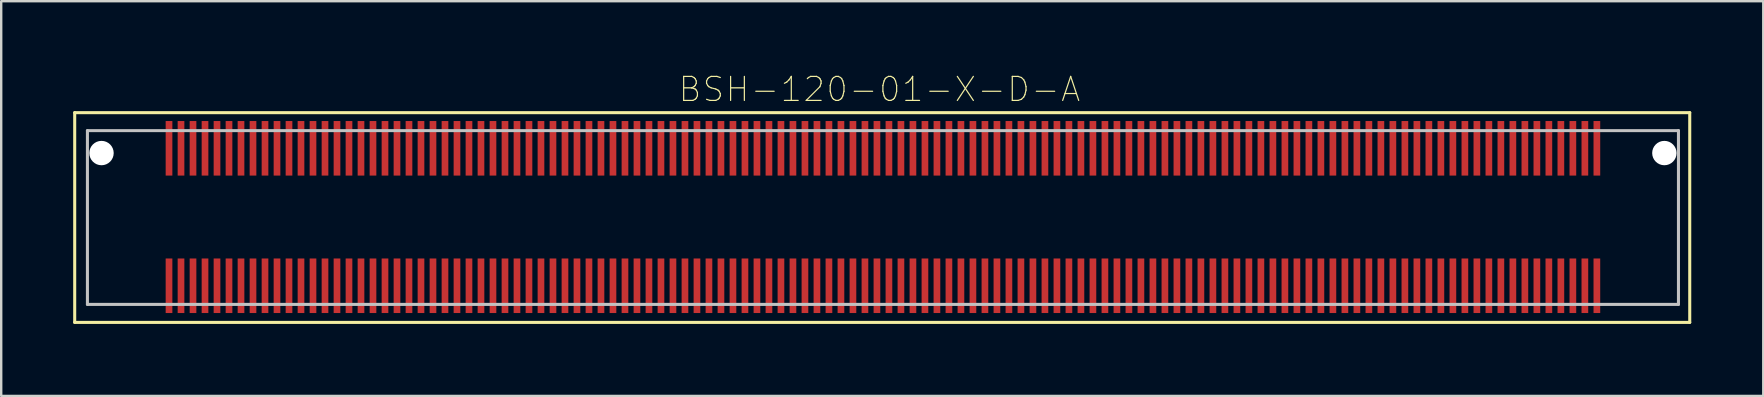
<source format=kicad_pcb>
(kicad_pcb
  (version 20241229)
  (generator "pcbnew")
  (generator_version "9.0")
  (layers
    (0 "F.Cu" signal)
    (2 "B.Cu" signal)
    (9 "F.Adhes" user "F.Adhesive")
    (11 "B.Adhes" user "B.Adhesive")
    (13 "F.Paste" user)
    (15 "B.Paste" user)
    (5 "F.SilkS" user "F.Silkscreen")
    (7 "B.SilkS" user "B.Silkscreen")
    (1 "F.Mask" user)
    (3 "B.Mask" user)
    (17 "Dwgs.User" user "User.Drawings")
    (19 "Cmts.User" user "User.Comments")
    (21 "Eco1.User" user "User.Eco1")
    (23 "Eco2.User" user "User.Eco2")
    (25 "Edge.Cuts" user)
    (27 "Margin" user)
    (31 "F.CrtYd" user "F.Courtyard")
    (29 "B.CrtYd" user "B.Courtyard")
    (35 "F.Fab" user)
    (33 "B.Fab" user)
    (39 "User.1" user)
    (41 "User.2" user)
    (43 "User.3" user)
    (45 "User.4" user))
  (footprint "BSH-120-01-X-D-A"
    (layer "F.Cu")
    (at 33.743 6.014)
    (property "Reference" "BSH-120-01-X-D-A" (at -0.145 -5.34 0) (layer "F.SilkS") (effects (font (size 1.002 1.002) (thickness 0.05))))
    (attr smd)
    (fp_line (start -33.68 4.37) (end -33.68 -4.37) (stroke (width 0.127) (type solid)) (layer "F.SilkS"))
    (fp_line (start 33.62 -4.37) (end -33.68 -4.37) (stroke (width 0.127) (type solid)) (layer "F.SilkS"))
    (fp_line (start 33.62 4.37) (end -33.68 4.37) (stroke (width 0.127) (type solid)) (layer "F.SilkS"))
    (fp_line (start 33.62 4.37) (end 33.62 -4.37) (stroke (width 0.127) (type solid)) (layer "F.SilkS"))
    (fp_line (start -33.15 -3.62) (end -33.15 3.62) (stroke (width 0.127) (type solid)) (layer "Dwgs.User"))
    (fp_line (start -33.15 -3.62) (end 33.15 -3.62) (stroke (width 0.127) (type solid)) (layer "Dwgs.User"))
    (fp_line (start -33.15 3.62) (end 33.15 3.62) (stroke (width 0.127) (type solid)) (layer "Dwgs.User"))
    (fp_line (start 33.15 3.62) (end 33.15 -3.62) (stroke (width 0.127) (type solid)) (layer "Dwgs.User"))
    (pad "" np_thru_hole circle (at -32.563 -2.686) (size 1.016 1.016) (drill 1.016) (layers "*.Cu" "*.Mask"))
    (pad "" np_thru_hole circle (at 32.563 -2.686) (size 1.016 1.016) (drill 1.016) (layers "*.Cu" "*.Mask"))
    (pad "1" smd rect (at -29.75 2.844) (size 0.279 2.273) (layers "F.Cu" "F.Mask" "F.Paste"))
    (pad "2" smd rect (at -29.75 -2.884) (size 0.279 2.273) (layers "F.Cu" "F.Mask" "F.Paste"))
    (pad "3" smd rect (at -29.25 2.844) (size 0.279 2.273) (layers "F.Cu" "F.Mask" "F.Paste"))
    (pad "4" smd rect (at -29.25 -2.884) (size 0.279 2.273) (layers "F.Cu" "F.Mask" "F.Paste"))
    (pad "5" smd rect (at -28.75 2.844) (size 0.279 2.273) (layers "F.Cu" "F.Mask" "F.Paste"))
    (pad "6" smd rect (at -28.75 -2.884) (size 0.279 2.273) (layers "F.Cu" "F.Mask" "F.Paste"))
    (pad "7" smd rect (at -28.25 2.844) (size 0.279 2.273) (layers "F.Cu" "F.Mask" "F.Paste"))
    (pad "8" smd rect (at -28.25 -2.884) (size 0.279 2.273) (layers "F.Cu" "F.Mask" "F.Paste"))
    (pad "9" smd rect (at -27.75 2.844) (size 0.279 2.273) (layers "F.Cu" "F.Mask" "F.Paste"))
    (pad "10" smd rect (at -27.75 -2.884) (size 0.279 2.273) (layers "F.Cu" "F.Mask" "F.Paste"))
    (pad "11" smd rect (at -27.25 2.844) (size 0.279 2.273) (layers "F.Cu" "F.Mask" "F.Paste"))
    (pad "12" smd rect (at -27.25 -2.884) (size 0.279 2.273) (layers "F.Cu" "F.Mask" "F.Paste"))
    (pad "13" smd rect (at -26.75 2.844) (size 0.279 2.273) (layers "F.Cu" "F.Mask" "F.Paste"))
    (pad "14" smd rect (at -26.75 -2.884) (size 0.279 2.273) (layers "F.Cu" "F.Mask" "F.Paste"))
    (pad "15" smd rect (at -26.25 2.844) (size 0.279 2.273) (layers "F.Cu" "F.Mask" "F.Paste"))
    (pad "16" smd rect (at -26.25 -2.884) (size 0.279 2.273) (layers "F.Cu" "F.Mask" "F.Paste"))
    (pad "17" smd rect (at -25.75 2.844) (size 0.279 2.273) (layers "F.Cu" "F.Mask" "F.Paste"))
    (pad "18" smd rect (at -25.75 -2.884) (size 0.279 2.273) (layers "F.Cu" "F.Mask" "F.Paste"))
    (pad "19" smd rect (at -25.25 2.844) (size 0.279 2.273) (layers "F.Cu" "F.Mask" "F.Paste"))
    (pad "20" smd rect (at -25.25 -2.884) (size 0.279 2.273) (layers "F.Cu" "F.Mask" "F.Paste"))
    (pad "21" smd rect (at -24.75 2.844) (size 0.279 2.273) (layers "F.Cu" "F.Mask" "F.Paste"))
    (pad "22" smd rect (at -24.75 -2.884) (size 0.279 2.273) (layers "F.Cu" "F.Mask" "F.Paste"))
    (pad "23" smd rect (at -24.25 2.844) (size 0.279 2.273) (layers "F.Cu" "F.Mask" "F.Paste"))
    (pad "24" smd rect (at -24.25 -2.884) (size 0.279 2.273) (layers "F.Cu" "F.Mask" "F.Paste"))
    (pad "25" smd rect (at -23.75 2.844) (size 0.279 2.273) (layers "F.Cu" "F.Mask" "F.Paste"))
    (pad "26" smd rect (at -23.75 -2.884) (size 0.279 2.273) (layers "F.Cu" "F.Mask" "F.Paste"))
    (pad "27" smd rect (at -23.25 2.844) (size 0.279 2.273) (layers "F.Cu" "F.Mask" "F.Paste"))
    (pad "28" smd rect (at -23.25 -2.884) (size 0.279 2.273) (layers "F.Cu" "F.Mask" "F.Paste"))
    (pad "29" smd rect (at -22.75 2.844) (size 0.279 2.273) (layers "F.Cu" "F.Mask" "F.Paste"))
    (pad "30" smd rect (at -22.75 -2.884) (size 0.279 2.273) (layers "F.Cu" "F.Mask" "F.Paste"))
    (pad "31" smd rect (at -22.25 2.844) (size 0.279 2.273) (layers "F.Cu" "F.Mask" "F.Paste"))
    (pad "32" smd rect (at -22.25 -2.884) (size 0.279 2.273) (layers "F.Cu" "F.Mask" "F.Paste"))
    (pad "33" smd rect (at -21.75 2.844) (size 0.279 2.273) (layers "F.Cu" "F.Mask" "F.Paste"))
    (pad "34" smd rect (at -21.75 -2.884) (size 0.279 2.273) (layers "F.Cu" "F.Mask" "F.Paste"))
    (pad "35" smd rect (at -21.25 2.844) (size 0.279 2.273) (layers "F.Cu" "F.Mask" "F.Paste"))
    (pad "36" smd rect (at -21.25 -2.884) (size 0.279 2.273) (layers "F.Cu" "F.Mask" "F.Paste"))
    (pad "37" smd rect (at -20.75 2.844) (size 0.279 2.273) (layers "F.Cu" "F.Mask" "F.Paste"))
    (pad "38" smd rect (at -20.75 -2.884) (size 0.279 2.273) (layers "F.Cu" "F.Mask" "F.Paste"))
    (pad "39" smd rect (at -20.25 2.844) (size 0.279 2.273) (layers "F.Cu" "F.Mask" "F.Paste"))
    (pad "40" smd rect (at -20.25 -2.884) (size 0.279 2.273) (layers "F.Cu" "F.Mask" "F.Paste"))
    (pad "41" smd rect (at -19.75 2.844) (size 0.279 2.273) (layers "F.Cu" "F.Mask" "F.Paste"))
    (pad "42" smd rect (at -19.75 -2.884) (size 0.279 2.273) (layers "F.Cu" "F.Mask" "F.Paste"))
    (pad "43" smd rect (at -19.25 2.844) (size 0.279 2.273) (layers "F.Cu" "F.Mask" "F.Paste"))
    (pad "44" smd rect (at -19.25 -2.884) (size 0.279 2.273) (layers "F.Cu" "F.Mask" "F.Paste"))
    (pad "45" smd rect (at -18.75 2.844) (size 0.279 2.273) (layers "F.Cu" "F.Mask" "F.Paste"))
    (pad "46" smd rect (at -18.75 -2.884) (size 0.279 2.273) (layers "F.Cu" "F.Mask" "F.Paste"))
    (pad "47" smd rect (at -18.25 2.844) (size 0.279 2.273) (layers "F.Cu" "F.Mask" "F.Paste"))
    (pad "48" smd rect (at -18.25 -2.884) (size 0.279 2.273) (layers "F.Cu" "F.Mask" "F.Paste"))
    (pad "49" smd rect (at -17.75 2.844) (size 0.279 2.273) (layers "F.Cu" "F.Mask" "F.Paste"))
    (pad "50" smd rect (at -17.75 -2.884) (size 0.279 2.273) (layers "F.Cu" "F.Mask" "F.Paste"))
    (pad "51" smd rect (at -17.25 2.844) (size 0.279 2.273) (layers "F.Cu" "F.Mask" "F.Paste"))
    (pad "52" smd rect (at -17.25 -2.884) (size 0.279 2.273) (layers "F.Cu" "F.Mask" "F.Paste"))
    (pad "53" smd rect (at -16.75 2.844) (size 0.279 2.273) (layers "F.Cu" "F.Mask" "F.Paste"))
    (pad "54" smd rect (at -16.75 -2.884) (size 0.279 2.273) (layers "F.Cu" "F.Mask" "F.Paste"))
    (pad "55" smd rect (at -16.25 2.844) (size 0.279 2.273) (layers "F.Cu" "F.Mask" "F.Paste"))
    (pad "56" smd rect (at -16.25 -2.884) (size 0.279 2.273) (layers "F.Cu" "F.Mask" "F.Paste"))
    (pad "57" smd rect (at -15.75 2.844) (size 0.279 2.273) (layers "F.Cu" "F.Mask" "F.Paste"))
    (pad "58" smd rect (at -15.75 -2.884) (size 0.279 2.273) (layers "F.Cu" "F.Mask" "F.Paste"))
    (pad "59" smd rect (at -15.25 2.844) (size 0.279 2.273) (layers "F.Cu" "F.Mask" "F.Paste"))
    (pad "60" smd rect (at -15.25 -2.884) (size 0.279 2.273) (layers "F.Cu" "F.Mask" "F.Paste"))
    (pad "61" smd rect (at -14.75 2.844) (size 0.279 2.273) (layers "F.Cu" "F.Mask" "F.Paste"))
    (pad "62" smd rect (at -14.75 -2.884) (size 0.279 2.273) (layers "F.Cu" "F.Mask" "F.Paste"))
    (pad "63" smd rect (at -14.25 2.844) (size 0.279 2.273) (layers "F.Cu" "F.Mask" "F.Paste"))
    (pad "64" smd rect (at -14.25 -2.884) (size 0.279 2.273) (layers "F.Cu" "F.Mask" "F.Paste"))
    (pad "65" smd rect (at -13.75 2.844) (size 0.279 2.273) (layers "F.Cu" "F.Mask" "F.Paste"))
    (pad "66" smd rect (at -13.75 -2.884) (size 0.279 2.273) (layers "F.Cu" "F.Mask" "F.Paste"))
    (pad "67" smd rect (at -13.25 2.844) (size 0.279 2.273) (layers "F.Cu" "F.Mask" "F.Paste"))
    (pad "68" smd rect (at -13.25 -2.884) (size 0.279 2.273) (layers "F.Cu" "F.Mask" "F.Paste"))
    (pad "69" smd rect (at -12.75 2.844) (size 0.279 2.273) (layers "F.Cu" "F.Mask" "F.Paste"))
    (pad "70" smd rect (at -12.75 -2.884) (size 0.279 2.273) (layers "F.Cu" "F.Mask" "F.Paste"))
    (pad "71" smd rect (at -12.25 2.844) (size 0.279 2.273) (layers "F.Cu" "F.Mask" "F.Paste"))
    (pad "72" smd rect (at -12.25 -2.884) (size 0.279 2.273) (layers "F.Cu" "F.Mask" "F.Paste"))
    (pad "73" smd rect (at -11.75 2.844) (size 0.279 2.273) (layers "F.Cu" "F.Mask" "F.Paste"))
    (pad "74" smd rect (at -11.75 -2.884) (size 0.279 2.273) (layers "F.Cu" "F.Mask" "F.Paste"))
    (pad "75" smd rect (at -11.25 2.844) (size 0.279 2.273) (layers "F.Cu" "F.Mask" "F.Paste"))
    (pad "76" smd rect (at -11.25 -2.884) (size 0.279 2.273) (layers "F.Cu" "F.Mask" "F.Paste"))
    (pad "77" smd rect (at -10.75 2.844) (size 0.279 2.273) (layers "F.Cu" "F.Mask" "F.Paste"))
    (pad "78" smd rect (at -10.75 -2.884) (size 0.279 2.273) (layers "F.Cu" "F.Mask" "F.Paste"))
    (pad "79" smd rect (at -10.25 2.844) (size 0.279 2.273) (layers "F.Cu" "F.Mask" "F.Paste"))
    (pad "80" smd rect (at -10.25 -2.884) (size 0.279 2.273) (layers "F.Cu" "F.Mask" "F.Paste"))
    (pad "81" smd rect (at -9.75 2.844) (size 0.279 2.273) (layers "F.Cu" "F.Mask" "F.Paste"))
    (pad "82" smd rect (at -9.75 -2.884) (size 0.279 2.273) (layers "F.Cu" "F.Mask" "F.Paste"))
    (pad "83" smd rect (at -9.25 2.844) (size 0.279 2.273) (layers "F.Cu" "F.Mask" "F.Paste"))
    (pad "84" smd rect (at -9.25 -2.884) (size 0.279 2.273) (layers "F.Cu" "F.Mask" "F.Paste"))
    (pad "85" smd rect (at -8.75 2.844) (size 0.279 2.273) (layers "F.Cu" "F.Mask" "F.Paste"))
    (pad "86" smd rect (at -8.75 -2.884) (size 0.279 2.273) (layers "F.Cu" "F.Mask" "F.Paste"))
    (pad "87" smd rect (at -8.25 2.844) (size 0.279 2.273) (layers "F.Cu" "F.Mask" "F.Paste"))
    (pad "88" smd rect (at -8.25 -2.884) (size 0.279 2.273) (layers "F.Cu" "F.Mask" "F.Paste"))
    (pad "89" smd rect (at -7.75 2.844) (size 0.279 2.273) (layers "F.Cu" "F.Mask" "F.Paste"))
    (pad "90" smd rect (at -7.75 -2.884) (size 0.279 2.273) (layers "F.Cu" "F.Mask" "F.Paste"))
    (pad "91" smd rect (at -7.25 2.844) (size 0.279 2.273) (layers "F.Cu" "F.Mask" "F.Paste"))
    (pad "92" smd rect (at -7.25 -2.884) (size 0.279 2.273) (layers "F.Cu" "F.Mask" "F.Paste"))
    (pad "93" smd rect (at -6.75 2.844) (size 0.279 2.273) (layers "F.Cu" "F.Mask" "F.Paste"))
    (pad "94" smd rect (at -6.75 -2.884) (size 0.279 2.273) (layers "F.Cu" "F.Mask" "F.Paste"))
    (pad "95" smd rect (at -6.25 2.844) (size 0.279 2.273) (layers "F.Cu" "F.Mask" "F.Paste"))
    (pad "96" smd rect (at -6.25 -2.884) (size 0.279 2.273) (layers "F.Cu" "F.Mask" "F.Paste"))
    (pad "97" smd rect (at -5.75 2.844) (size 0.279 2.273) (layers "F.Cu" "F.Mask" "F.Paste"))
    (pad "98" smd rect (at -5.75 -2.884) (size 0.279 2.273) (layers "F.Cu" "F.Mask" "F.Paste"))
    (pad "99" smd rect (at -5.25 2.844) (size 0.279 2.273) (layers "F.Cu" "F.Mask" "F.Paste"))
    (pad "100" smd rect (at -5.25 -2.884) (size 0.279 2.273) (layers "F.Cu" "F.Mask" "F.Paste"))
    (pad "101" smd rect (at -4.75 2.844) (size 0.279 2.273) (layers "F.Cu" "F.Mask" "F.Paste"))
    (pad "102" smd rect (at -4.75 -2.884) (size 0.279 2.273) (layers "F.Cu" "F.Mask" "F.Paste"))
    (pad "103" smd rect (at -4.25 2.844) (size 0.279 2.273) (layers "F.Cu" "F.Mask" "F.Paste"))
    (pad "104" smd rect (at -4.25 -2.884) (size 0.279 2.273) (layers "F.Cu" "F.Mask" "F.Paste"))
    (pad "105" smd rect (at -3.75 2.844) (size 0.279 2.273) (layers "F.Cu" "F.Mask" "F.Paste"))
    (pad "106" smd rect (at -3.75 -2.884) (size 0.279 2.273) (layers "F.Cu" "F.Mask" "F.Paste"))
    (pad "107" smd rect (at -3.25 2.844) (size 0.279 2.273) (layers "F.Cu" "F.Mask" "F.Paste"))
    (pad "108" smd rect (at -3.25 -2.884) (size 0.279 2.273) (layers "F.Cu" "F.Mask" "F.Paste"))
    (pad "109" smd rect (at -2.75 2.844) (size 0.279 2.273) (layers "F.Cu" "F.Mask" "F.Paste"))
    (pad "110" smd rect (at -2.75 -2.884) (size 0.279 2.273) (layers "F.Cu" "F.Mask" "F.Paste"))
    (pad "111" smd rect (at -2.25 2.844) (size 0.279 2.273) (layers "F.Cu" "F.Mask" "F.Paste"))
    (pad "112" smd rect (at -2.25 -2.884) (size 0.279 2.273) (layers "F.Cu" "F.Mask" "F.Paste"))
    (pad "113" smd rect (at -1.75 2.844) (size 0.279 2.273) (layers "F.Cu" "F.Mask" "F.Paste"))
    (pad "114" smd rect (at -1.75 -2.884) (size 0.279 2.273) (layers "F.Cu" "F.Mask" "F.Paste"))
    (pad "115" smd rect (at -1.25 2.844) (size 0.279 2.273) (layers "F.Cu" "F.Mask" "F.Paste"))
    (pad "116" smd rect (at -1.25 -2.884) (size 0.279 2.273) (layers "F.Cu" "F.Mask" "F.Paste"))
    (pad "117" smd rect (at -0.75 2.844) (size 0.279 2.273) (layers "F.Cu" "F.Mask" "F.Paste"))
    (pad "118" smd rect (at -0.75 -2.884) (size 0.279 2.273) (layers "F.Cu" "F.Mask" "F.Paste"))
    (pad "119" smd rect (at -0.25 2.844) (size 0.279 2.273) (layers "F.Cu" "F.Mask" "F.Paste"))
    (pad "120" smd rect (at -0.25 -2.884) (size 0.279 2.273) (layers "F.Cu" "F.Mask" "F.Paste"))
    (pad "121" smd rect (at 0.25 2.844) (size 0.279 2.273) (layers "F.Cu" "F.Mask" "F.Paste"))
    (pad "122" smd rect (at 0.25 -2.884) (size 0.279 2.273) (layers "F.Cu" "F.Mask" "F.Paste"))
    (pad "123" smd rect (at 0.75 2.844) (size 0.279 2.273) (layers "F.Cu" "F.Mask" "F.Paste"))
    (pad "124" smd rect (at 0.75 -2.884) (size 0.279 2.273) (layers "F.Cu" "F.Mask" "F.Paste"))
    (pad "125" smd rect (at 1.25 2.844) (size 0.279 2.273) (layers "F.Cu" "F.Mask" "F.Paste"))
    (pad "126" smd rect (at 1.25 -2.884) (size 0.279 2.273) (layers "F.Cu" "F.Mask" "F.Paste"))
    (pad "127" smd rect (at 1.75 2.844) (size 0.279 2.273) (layers "F.Cu" "F.Mask" "F.Paste"))
    (pad "128" smd rect (at 1.75 -2.884) (size 0.279 2.273) (layers "F.Cu" "F.Mask" "F.Paste"))
    (pad "129" smd rect (at 2.25 2.844) (size 0.279 2.273) (layers "F.Cu" "F.Mask" "F.Paste"))
    (pad "130" smd rect (at 2.25 -2.884) (size 0.279 2.273) (layers "F.Cu" "F.Mask" "F.Paste"))
    (pad "131" smd rect (at 2.75 2.844) (size 0.279 2.273) (layers "F.Cu" "F.Mask" "F.Paste"))
    (pad "132" smd rect (at 2.75 -2.884) (size 0.279 2.273) (layers "F.Cu" "F.Mask" "F.Paste"))
    (pad "133" smd rect (at 3.25 2.844) (size 0.279 2.273) (layers "F.Cu" "F.Mask" "F.Paste"))
    (pad "134" smd rect (at 3.25 -2.884) (size 0.279 2.273) (layers "F.Cu" "F.Mask" "F.Paste"))
    (pad "135" smd rect (at 3.75 2.844) (size 0.279 2.273) (layers "F.Cu" "F.Mask" "F.Paste"))
    (pad "136" smd rect (at 3.75 -2.884) (size 0.279 2.273) (layers "F.Cu" "F.Mask" "F.Paste"))
    (pad "137" smd rect (at 4.25 2.844) (size 0.279 2.273) (layers "F.Cu" "F.Mask" "F.Paste"))
    (pad "138" smd rect (at 4.25 -2.884) (size 0.279 2.273) (layers "F.Cu" "F.Mask" "F.Paste"))
    (pad "139" smd rect (at 4.75 2.844) (size 0.279 2.273) (layers "F.Cu" "F.Mask" "F.Paste"))
    (pad "140" smd rect (at 4.75 -2.884) (size 0.279 2.273) (layers "F.Cu" "F.Mask" "F.Paste"))
    (pad "141" smd rect (at 5.25 2.844) (size 0.279 2.273) (layers "F.Cu" "F.Mask" "F.Paste"))
    (pad "142" smd rect (at 5.25 -2.884) (size 0.279 2.273) (layers "F.Cu" "F.Mask" "F.Paste"))
    (pad "143" smd rect (at 5.75 2.844) (size 0.279 2.273) (layers "F.Cu" "F.Mask" "F.Paste"))
    (pad "144" smd rect (at 5.75 -2.884) (size 0.279 2.273) (layers "F.Cu" "F.Mask" "F.Paste"))
    (pad "145" smd rect (at 6.25 2.844) (size 0.279 2.273) (layers "F.Cu" "F.Mask" "F.Paste"))
    (pad "146" smd rect (at 6.25 -2.884) (size 0.279 2.273) (layers "F.Cu" "F.Mask" "F.Paste"))
    (pad "147" smd rect (at 6.75 2.844) (size 0.279 2.273) (layers "F.Cu" "F.Mask" "F.Paste"))
    (pad "148" smd rect (at 6.75 -2.884) (size 0.279 2.273) (layers "F.Cu" "F.Mask" "F.Paste"))
    (pad "149" smd rect (at 7.25 2.844) (size 0.279 2.273) (layers "F.Cu" "F.Mask" "F.Paste"))
    (pad "150" smd rect (at 7.25 -2.884) (size 0.279 2.273) (layers "F.Cu" "F.Mask" "F.Paste"))
    (pad "151" smd rect (at 7.75 2.844) (size 0.279 2.273) (layers "F.Cu" "F.Mask" "F.Paste"))
    (pad "152" smd rect (at 7.75 -2.884) (size 0.279 2.273) (layers "F.Cu" "F.Mask" "F.Paste"))
    (pad "153" smd rect (at 8.25 2.844) (size 0.279 2.273) (layers "F.Cu" "F.Mask" "F.Paste"))
    (pad "154" smd rect (at 8.25 -2.884) (size 0.279 2.273) (layers "F.Cu" "F.Mask" "F.Paste"))
    (pad "155" smd rect (at 8.75 2.844) (size 0.279 2.273) (layers "F.Cu" "F.Mask" "F.Paste"))
    (pad "156" smd rect (at 8.75 -2.884) (size 0.279 2.273) (layers "F.Cu" "F.Mask" "F.Paste"))
    (pad "157" smd rect (at 9.25 2.844) (size 0.279 2.273) (layers "F.Cu" "F.Mask" "F.Paste"))
    (pad "158" smd rect (at 9.25 -2.884) (size 0.279 2.273) (layers "F.Cu" "F.Mask" "F.Paste"))
    (pad "159" smd rect (at 9.75 2.844) (size 0.279 2.273) (layers "F.Cu" "F.Mask" "F.Paste"))
    (pad "160" smd rect (at 9.75 -2.884) (size 0.279 2.273) (layers "F.Cu" "F.Mask" "F.Paste"))
    (pad "161" smd rect (at 10.25 2.844) (size 0.279 2.273) (layers "F.Cu" "F.Mask" "F.Paste"))
    (pad "162" smd rect (at 10.25 -2.884) (size 0.279 2.273) (layers "F.Cu" "F.Mask" "F.Paste"))
    (pad "163" smd rect (at 10.75 2.844) (size 0.279 2.273) (layers "F.Cu" "F.Mask" "F.Paste"))
    (pad "164" smd rect (at 10.75 -2.884) (size 0.279 2.273) (layers "F.Cu" "F.Mask" "F.Paste"))
    (pad "165" smd rect (at 11.25 2.844) (size 0.279 2.273) (layers "F.Cu" "F.Mask" "F.Paste"))
    (pad "166" smd rect (at 11.25 -2.884) (size 0.279 2.273) (layers "F.Cu" "F.Mask" "F.Paste"))
    (pad "167" smd rect (at 11.75 2.844) (size 0.279 2.273) (layers "F.Cu" "F.Mask" "F.Paste"))
    (pad "168" smd rect (at 11.75 -2.884) (size 0.279 2.273) (layers "F.Cu" "F.Mask" "F.Paste"))
    (pad "169" smd rect (at 12.25 2.844) (size 0.279 2.273) (layers "F.Cu" "F.Mask" "F.Paste"))
    (pad "170" smd rect (at 12.25 -2.884) (size 0.279 2.273) (layers "F.Cu" "F.Mask" "F.Paste"))
    (pad "171" smd rect (at 12.75 2.844) (size 0.279 2.273) (layers "F.Cu" "F.Mask" "F.Paste"))
    (pad "172" smd rect (at 12.75 -2.884) (size 0.279 2.273) (layers "F.Cu" "F.Mask" "F.Paste"))
    (pad "173" smd rect (at 13.25 2.844) (size 0.279 2.273) (layers "F.Cu" "F.Mask" "F.Paste"))
    (pad "174" smd rect (at 13.25 -2.884) (size 0.279 2.273) (layers "F.Cu" "F.Mask" "F.Paste"))
    (pad "175" smd rect (at 13.75 2.844) (size 0.279 2.273) (layers "F.Cu" "F.Mask" "F.Paste"))
    (pad "176" smd rect (at 13.75 -2.884) (size 0.279 2.273) (layers "F.Cu" "F.Mask" "F.Paste"))
    (pad "177" smd rect (at 14.25 2.844) (size 0.279 2.273) (layers "F.Cu" "F.Mask" "F.Paste"))
    (pad "178" smd rect (at 14.25 -2.884) (size 0.279 2.273) (layers "F.Cu" "F.Mask" "F.Paste"))
    (pad "179" smd rect (at 14.75 2.844) (size 0.279 2.273) (layers "F.Cu" "F.Mask" "F.Paste"))
    (pad "180" smd rect (at 14.75 -2.884) (size 0.279 2.273) (layers "F.Cu" "F.Mask" "F.Paste"))
    (pad "181" smd rect (at 15.25 2.844) (size 0.279 2.273) (layers "F.Cu" "F.Mask" "F.Paste"))
    (pad "182" smd rect (at 15.25 -2.884) (size 0.279 2.273) (layers "F.Cu" "F.Mask" "F.Paste"))
    (pad "183" smd rect (at 15.75 2.844) (size 0.279 2.273) (layers "F.Cu" "F.Mask" "F.Paste"))
    (pad "184" smd rect (at 15.75 -2.884) (size 0.279 2.273) (layers "F.Cu" "F.Mask" "F.Paste"))
    (pad "185" smd rect (at 16.25 2.844) (size 0.279 2.273) (layers "F.Cu" "F.Mask" "F.Paste"))
    (pad "186" smd rect (at 16.25 -2.884) (size 0.279 2.273) (layers "F.Cu" "F.Mask" "F.Paste"))
    (pad "187" smd rect (at 16.75 2.844) (size 0.279 2.273) (layers "F.Cu" "F.Mask" "F.Paste"))
    (pad "188" smd rect (at 16.75 -2.884) (size 0.279 2.273) (layers "F.Cu" "F.Mask" "F.Paste"))
    (pad "189" smd rect (at 17.25 2.844) (size 0.279 2.273) (layers "F.Cu" "F.Mask" "F.Paste"))
    (pad "190" smd rect (at 17.25 -2.884) (size 0.279 2.273) (layers "F.Cu" "F.Mask" "F.Paste"))
    (pad "191" smd rect (at 17.75 2.844) (size 0.279 2.273) (layers "F.Cu" "F.Mask" "F.Paste"))
    (pad "192" smd rect (at 17.75 -2.884) (size 0.279 2.273) (layers "F.Cu" "F.Mask" "F.Paste"))
    (pad "193" smd rect (at 18.25 2.844) (size 0.279 2.273) (layers "F.Cu" "F.Mask" "F.Paste"))
    (pad "194" smd rect (at 18.25 -2.884) (size 0.279 2.273) (layers "F.Cu" "F.Mask" "F.Paste"))
    (pad "195" smd rect (at 18.75 2.844) (size 0.279 2.273) (layers "F.Cu" "F.Mask" "F.Paste"))
    (pad "196" smd rect (at 18.75 -2.884) (size 0.279 2.273) (layers "F.Cu" "F.Mask" "F.Paste"))
    (pad "197" smd rect (at 19.25 2.844) (size 0.279 2.273) (layers "F.Cu" "F.Mask" "F.Paste"))
    (pad "198" smd rect (at 19.25 -2.884) (size 0.279 2.273) (layers "F.Cu" "F.Mask" "F.Paste"))
    (pad "199" smd rect (at 19.75 2.844) (size 0.279 2.273) (layers "F.Cu" "F.Mask" "F.Paste"))
    (pad "200" smd rect (at 19.75 -2.884) (size 0.279 2.273) (layers "F.Cu" "F.Mask" "F.Paste"))
    (pad "201" smd rect (at 20.25 2.844) (size 0.279 2.273) (layers "F.Cu" "F.Mask" "F.Paste"))
    (pad "202" smd rect (at 20.25 -2.884) (size 0.279 2.273) (layers "F.Cu" "F.Mask" "F.Paste"))
    (pad "203" smd rect (at 20.75 2.844) (size 0.279 2.273) (layers "F.Cu" "F.Mask" "F.Paste"))
    (pad "204" smd rect (at 20.75 -2.884) (size 0.279 2.273) (layers "F.Cu" "F.Mask" "F.Paste"))
    (pad "205" smd rect (at 21.25 2.844) (size 0.279 2.273) (layers "F.Cu" "F.Mask" "F.Paste"))
    (pad "206" smd rect (at 21.25 -2.884) (size 0.279 2.273) (layers "F.Cu" "F.Mask" "F.Paste"))
    (pad "207" smd rect (at 21.75 2.844) (size 0.279 2.273) (layers "F.Cu" "F.Mask" "F.Paste"))
    (pad "208" smd rect (at 21.75 -2.884) (size 0.279 2.273) (layers "F.Cu" "F.Mask" "F.Paste"))
    (pad "209" smd rect (at 22.25 2.844) (size 0.279 2.273) (layers "F.Cu" "F.Mask" "F.Paste"))
    (pad "210" smd rect (at 22.25 -2.884) (size 0.279 2.273) (layers "F.Cu" "F.Mask" "F.Paste"))
    (pad "211" smd rect (at 22.75 2.844) (size 0.279 2.273) (layers "F.Cu" "F.Mask" "F.Paste"))
    (pad "212" smd rect (at 22.75 -2.884) (size 0.279 2.273) (layers "F.Cu" "F.Mask" "F.Paste"))
    (pad "213" smd rect (at 23.25 2.844) (size 0.279 2.273) (layers "F.Cu" "F.Mask" "F.Paste"))
    (pad "214" smd rect (at 23.25 -2.884) (size 0.279 2.273) (layers "F.Cu" "F.Mask" "F.Paste"))
    (pad "215" smd rect (at 23.75 2.844) (size 0.279 2.273) (layers "F.Cu" "F.Mask" "F.Paste"))
    (pad "216" smd rect (at 23.75 -2.884) (size 0.279 2.273) (layers "F.Cu" "F.Mask" "F.Paste"))
    (pad "217" smd rect (at 24.25 2.844) (size 0.279 2.273) (layers "F.Cu" "F.Mask" "F.Paste"))
    (pad "218" smd rect (at 24.25 -2.884) (size 0.279 2.273) (layers "F.Cu" "F.Mask" "F.Paste"))
    (pad "219" smd rect (at 24.75 2.844) (size 0.279 2.273) (layers "F.Cu" "F.Mask" "F.Paste"))
    (pad "220" smd rect (at 24.75 -2.884) (size 0.279 2.273) (layers "F.Cu" "F.Mask" "F.Paste"))
    (pad "221" smd rect (at 25.25 2.844) (size 0.279 2.273) (layers "F.Cu" "F.Mask" "F.Paste"))
    (pad "222" smd rect (at 25.25 -2.884) (size 0.279 2.273) (layers "F.Cu" "F.Mask" "F.Paste"))
    (pad "223" smd rect (at 25.75 2.844) (size 0.279 2.273) (layers "F.Cu" "F.Mask" "F.Paste"))
    (pad "224" smd rect (at 25.75 -2.884) (size 0.279 2.273) (layers "F.Cu" "F.Mask" "F.Paste"))
    (pad "225" smd rect (at 26.25 2.844) (size 0.279 2.273) (layers "F.Cu" "F.Mask" "F.Paste"))
    (pad "226" smd rect (at 26.25 -2.884) (size 0.279 2.273) (layers "F.Cu" "F.Mask" "F.Paste"))
    (pad "227" smd rect (at 26.75 2.844) (size 0.279 2.273) (layers "F.Cu" "F.Mask" "F.Paste"))
    (pad "228" smd rect (at 26.75 -2.884) (size 0.279 2.273) (layers "F.Cu" "F.Mask" "F.Paste"))
    (pad "229" smd rect (at 27.25 2.844) (size 0.279 2.273) (layers "F.Cu" "F.Mask" "F.Paste"))
    (pad "230" smd rect (at 27.25 -2.884) (size 0.279 2.273) (layers "F.Cu" "F.Mask" "F.Paste"))
    (pad "231" smd rect (at 27.75 2.844) (size 0.279 2.273) (layers "F.Cu" "F.Mask" "F.Paste"))
    (pad "232" smd rect (at 27.75 -2.884) (size 0.279 2.273) (layers "F.Cu" "F.Mask" "F.Paste"))
    (pad "233" smd rect (at 28.25 2.844) (size 0.279 2.273) (layers "F.Cu" "F.Mask" "F.Paste"))
    (pad "234" smd rect (at 28.25 -2.884) (size 0.279 2.273) (layers "F.Cu" "F.Mask" "F.Paste"))
    (pad "235" smd rect (at 28.75 2.844) (size 0.279 2.273) (layers "F.Cu" "F.Mask" "F.Paste"))
    (pad "236" smd rect (at 28.75 -2.884) (size 0.279 2.273) (layers "F.Cu" "F.Mask" "F.Paste"))
    (pad "237" smd rect (at 29.25 2.844) (size 0.279 2.273) (layers "F.Cu" "F.Mask" "F.Paste"))
    (pad "238" smd rect (at 29.25 -2.884) (size 0.279 2.273) (layers "F.Cu" "F.Mask" "F.Paste"))
    (pad "239" smd rect (at 29.75 2.844) (size 0.279 2.273) (layers "F.Cu" "F.Mask" "F.Paste"))
    (pad "240" smd rect (at 29.75 -2.884) (size 0.279 2.273) (layers "F.Cu" "F.Mask" "F.Paste")))
  (gr_rect
    (start -3 -3)
    (end 70.427 13.448)
    (stroke (width 0.1) (type default))
    (fill no)
    (layer "Edge.Cuts")))
</source>
